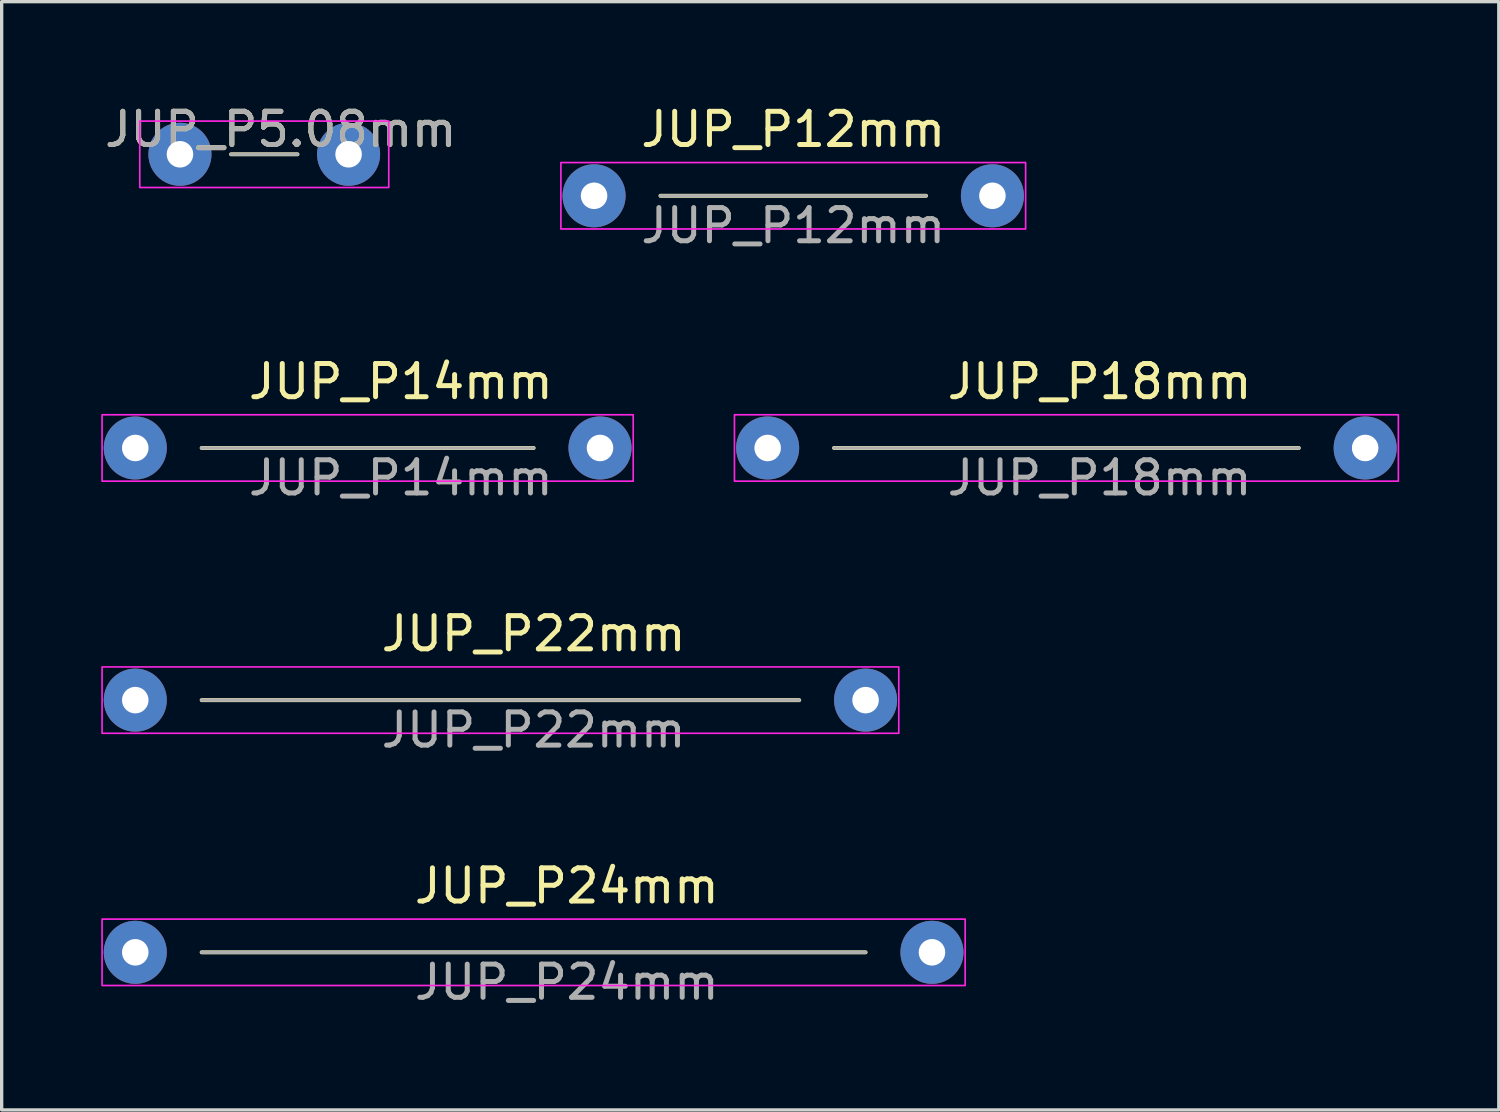
<source format=kicad_pcb>
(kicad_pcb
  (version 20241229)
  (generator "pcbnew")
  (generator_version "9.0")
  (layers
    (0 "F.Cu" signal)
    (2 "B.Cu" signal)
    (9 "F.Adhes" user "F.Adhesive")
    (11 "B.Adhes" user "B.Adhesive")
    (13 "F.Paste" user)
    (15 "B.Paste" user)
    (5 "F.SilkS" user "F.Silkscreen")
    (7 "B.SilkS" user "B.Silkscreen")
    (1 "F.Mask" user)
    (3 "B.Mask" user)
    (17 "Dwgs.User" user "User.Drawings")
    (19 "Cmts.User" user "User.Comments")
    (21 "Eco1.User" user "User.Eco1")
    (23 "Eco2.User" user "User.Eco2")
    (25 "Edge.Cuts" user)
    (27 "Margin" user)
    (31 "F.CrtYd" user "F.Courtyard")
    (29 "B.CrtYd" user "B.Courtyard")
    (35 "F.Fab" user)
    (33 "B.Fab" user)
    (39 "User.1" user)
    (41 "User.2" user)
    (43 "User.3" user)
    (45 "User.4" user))
  (footprint "JUP_P24mm"
    (layer "F.Cu")
    (at 13.025 25.638)
    (property "Reference" "JUP_P24mm" (at 1 -2 0) (unlocked yes) (layer "F.SilkS") (effects (font (size 1 1) (thickness 0.15))))
    (attr through_hole)
    (fp_line (start -10 0) (end 10 0) (stroke (width 0.12) (type solid)) (layer "F.SilkS"))
    (fp_rect (start -13 -1) (end 13 1) (stroke (width 0.05) (type solid)) (fill no) (layer "F.CrtYd"))
    (fp_line (start -10 0) (end 10 0) (stroke (width 0.1) (type solid)) (layer "F.Fab"))
    (fp_text user "${REFERENCE}" (at 1 0.9 0) (unlocked yes) (layer "F.Fab") (effects (font (size 1 1) (thickness 0.15))))
    (pad "1" thru_hole circle (at -12 0) (size 1.9 1.9) (drill 0.8) (layers "*.Cu" "*.Mask"))
    (pad "2" thru_hole circle (at 12 0) (size 1.9 1.9) (drill 0.8) (layers "*.Cu" "*.Mask")))
  (footprint "JUP_P18mm"
    (layer "F.Cu")
    (at 29.075 10.445)
    (property "Reference" "JUP_P18mm" (at 1 -2 0) (unlocked yes) (layer "F.SilkS") (effects (font (size 1 1) (thickness 0.15))))
    (attr through_hole)
    (fp_line (start -7 0) (end 7 0) (stroke (width 0.12) (type solid)) (layer "F.SilkS"))
    (fp_rect (start -10 -1) (end 10 1) (stroke (width 0.05) (type solid)) (fill no) (layer "F.CrtYd"))
    (fp_line (start -7 0) (end 7 0) (stroke (width 0.1) (type solid)) (layer "F.Fab"))
    (fp_text user "${REFERENCE}" (at 1 0.9 0) (unlocked yes) (layer "F.Fab") (effects (font (size 1 1) (thickness 0.15))))
    (pad "1" thru_hole circle (at -9 0) (size 1.9 1.9) (drill 0.8) (layers "*.Cu" "*.Mask"))
    (pad "2" thru_hole circle (at 9 0) (size 1.9 1.9) (drill 0.8) (layers "*.Cu" "*.Mask")))
  (footprint "JUP_P12mm"
    (layer "F.Cu")
    (at 20.846 2.848)
    (property "Reference" "JUP_P12mm" (at 0 -2 0) (unlocked yes) (layer "F.SilkS") (effects (font (size 1 1) (thickness 0.15))))
    (attr through_hole)
    (fp_line (start -4 0) (end 4 0) (stroke (width 0.12) (type solid)) (layer "F.SilkS"))
    (fp_rect (start -7 -1) (end 7 1) (stroke (width 0.05) (type solid)) (fill no) (layer "F.CrtYd"))
    (fp_line (start -4 0) (end 4 0) (stroke (width 0.1) (type solid)) (layer "F.Fab"))
    (fp_text user "${REFERENCE}" (at 0 0.9 0) (unlocked yes) (layer "F.Fab") (effects (font (size 1 1) (thickness 0.15))))
    (pad "1" thru_hole circle (at -6 0) (size 1.9 1.9) (drill 0.8) (layers "*.Cu" "*.Mask"))
    (pad "2" thru_hole circle (at 6 0) (size 1.9 1.9) (drill 0.8) (layers "*.Cu" "*.Mask")))
  (footprint "JUP_P14mm"
    (layer "F.Cu")
    (at 8.025 10.445)
    (property "Reference" "JUP_P14mm" (at 1 -2 0) (unlocked yes) (layer "F.SilkS") (effects (font (size 1 1) (thickness 0.15))))
    (attr through_hole)
    (fp_line (start -5 0) (end 5 0) (stroke (width 0.12) (type solid)) (layer "F.SilkS"))
    (fp_rect (start -8 -1) (end 8 1) (stroke (width 0.05) (type solid)) (fill no) (layer "F.CrtYd"))
    (fp_line (start -5 0) (end 5 0) (stroke (width 0.1) (type solid)) (layer "F.Fab"))
    (fp_text user "${REFERENCE}" (at 1 0.9 0) (unlocked yes) (layer "F.Fab") (effects (font (size 1 1) (thickness 0.15))))
    (pad "1" thru_hole circle (at -7 0) (size 1.9 1.9) (drill 0.8) (layers "*.Cu" "*.Mask"))
    (pad "2" thru_hole circle (at 7 0) (size 1.9 1.9) (drill 0.8) (layers "*.Cu" "*.Mask")))
  (footprint "JUP_P5.08mm"
    (layer "F.Cu")
    (at 4.911 1.598)
    (property "Reference" "JUP_P5.08mm" (at 0.5 -0.75 0) (unlocked yes) (layer "F.SilkS") (effects (font (size 1 1) (thickness 0.15))))
    (attr through_hole)
    (fp_line (start -1 0) (end 1 0) (stroke (width 0.12) (type solid)) (layer "F.SilkS"))
    (fp_rect (start -3.75 -1) (end 3.75 1) (stroke (width 0.05) (type solid)) (fill no) (layer "F.CrtYd"))
    (fp_line (start -1 0) (end 1 0) (stroke (width 0.1) (type solid)) (layer "F.Fab"))
    (fp_text user "${REFERENCE}" (at 0.5 -0.75 0) (unlocked yes) (layer "F.Fab") (effects (font (size 1 1) (thickness 0.15))))
    (pad "1" thru_hole circle (at -2.54 0) (size 1.9 1.9) (drill 0.8) (layers "*.Cu" "*.Mask"))
    (pad "2" thru_hole circle (at 2.54 0) (size 1.9 1.9) (drill 0.8) (layers "*.Cu" "*.Mask")))
  (footprint "JUP_P22mm"
    (layer "F.Cu")
    (at 12.025 18.041)
    (property "Reference" "JUP_P22mm" (at 1 -2 0) (unlocked yes) (layer "F.SilkS") (effects (font (size 1 1) (thickness 0.15))))
    (attr through_hole)
    (fp_line (start -9 0) (end 9 0) (stroke (width 0.12) (type solid)) (layer "F.SilkS"))
    (fp_rect (start -12 -1) (end 12 1) (stroke (width 0.05) (type solid)) (fill no) (layer "F.CrtYd"))
    (fp_line (start -9 0) (end 9 0) (stroke (width 0.1) (type solid)) (layer "F.Fab"))
    (fp_text user "${REFERENCE}" (at 1 0.9 0) (unlocked yes) (layer "F.Fab") (effects (font (size 1 1) (thickness 0.15))))
    (pad "1" thru_hole circle (at -11 0) (size 1.9 1.9) (drill 0.8) (layers "*.Cu" "*.Mask"))
    (pad "2" thru_hole circle (at 11 0) (size 1.9 1.9) (drill 0.8) (layers "*.Cu" "*.Mask")))
  (gr_rect
    (start -3 -3)
    (end 42.1 30.386)
    (stroke (width 0.1) (type default))
    (fill no)
    (layer "Edge.Cuts")))
</source>
